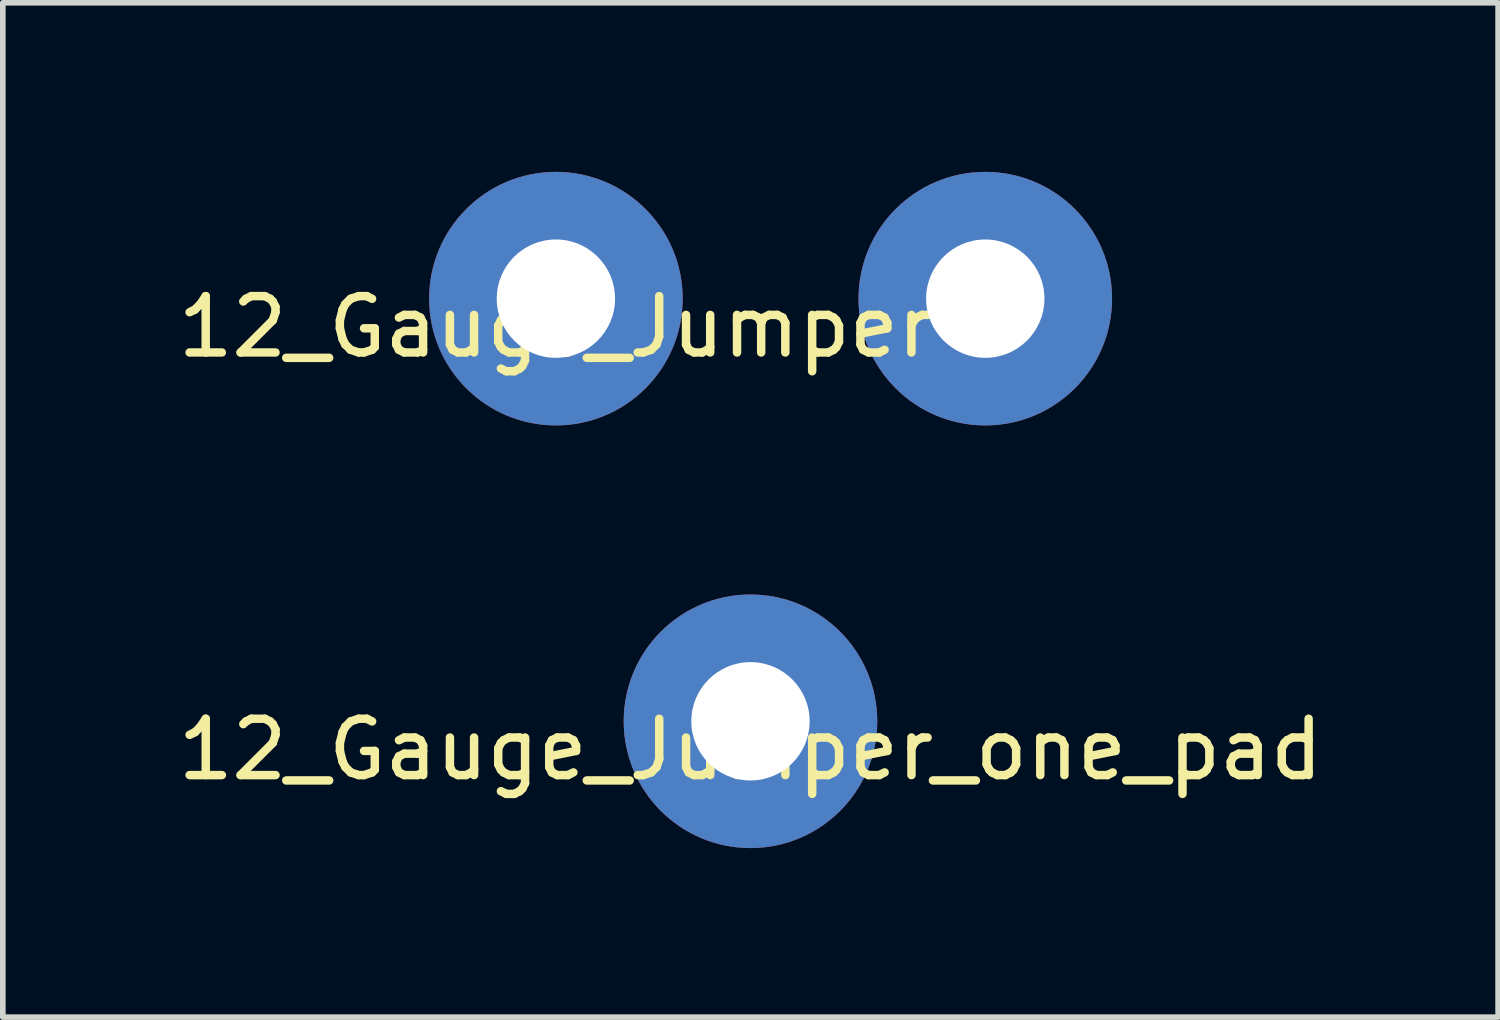
<source format=kicad_pcb>
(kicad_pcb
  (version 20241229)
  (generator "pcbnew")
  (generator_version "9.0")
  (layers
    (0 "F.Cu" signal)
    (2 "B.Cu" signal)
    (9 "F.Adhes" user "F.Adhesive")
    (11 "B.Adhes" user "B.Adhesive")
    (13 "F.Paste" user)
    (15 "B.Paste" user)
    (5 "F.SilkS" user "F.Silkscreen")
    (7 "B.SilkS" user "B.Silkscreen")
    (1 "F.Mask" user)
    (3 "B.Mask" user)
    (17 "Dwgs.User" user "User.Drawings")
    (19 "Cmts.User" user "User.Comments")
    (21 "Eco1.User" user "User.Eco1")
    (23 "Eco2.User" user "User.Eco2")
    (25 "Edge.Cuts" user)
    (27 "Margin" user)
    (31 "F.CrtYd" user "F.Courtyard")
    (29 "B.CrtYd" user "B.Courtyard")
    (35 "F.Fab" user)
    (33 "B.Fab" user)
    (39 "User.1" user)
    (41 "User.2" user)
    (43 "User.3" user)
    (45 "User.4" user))
  (footprint "12_Gauge_Jumper"
    (layer "F.Cu")
    (at 6.815 2.25)
    (property "Reference" "12_Gauge_Jumper" (at 0 0.5 0) (layer "F.SilkS") (effects (font (size 1 1) (thickness 0.15))))
    (attr through_hole)
    (pad "1" thru_hole circle (at 0 0) (size 4.5 4.5) (drill 2.1) (layers "*.Cu" "*.Mask"))
    (pad "2" thru_hole circle (at 7.62 0) (size 4.5 4.5) (drill 2.1) (layers "*.Cu" "*.Mask")))
  (footprint "12_Gauge_Jumper_one_pad"
    (layer "F.Cu")
    (at 10.268 9.75)
    (property "Reference" "12_Gauge_Jumper_one_pad" (at 0 0.5 0) (layer "F.SilkS") (effects (font (size 1 1) (thickness 0.15))))
    (attr through_hole)
    (pad "1" thru_hole circle (at 0 0) (size 4.5 4.5) (drill 2.1) (layers "*.Cu" "*.Mask")))
  (gr_rect
    (start -3 -3)
    (end 23.536 15)
    (stroke (width 0.1) (type default))
    (fill no)
    (layer "Edge.Cuts")))
</source>
